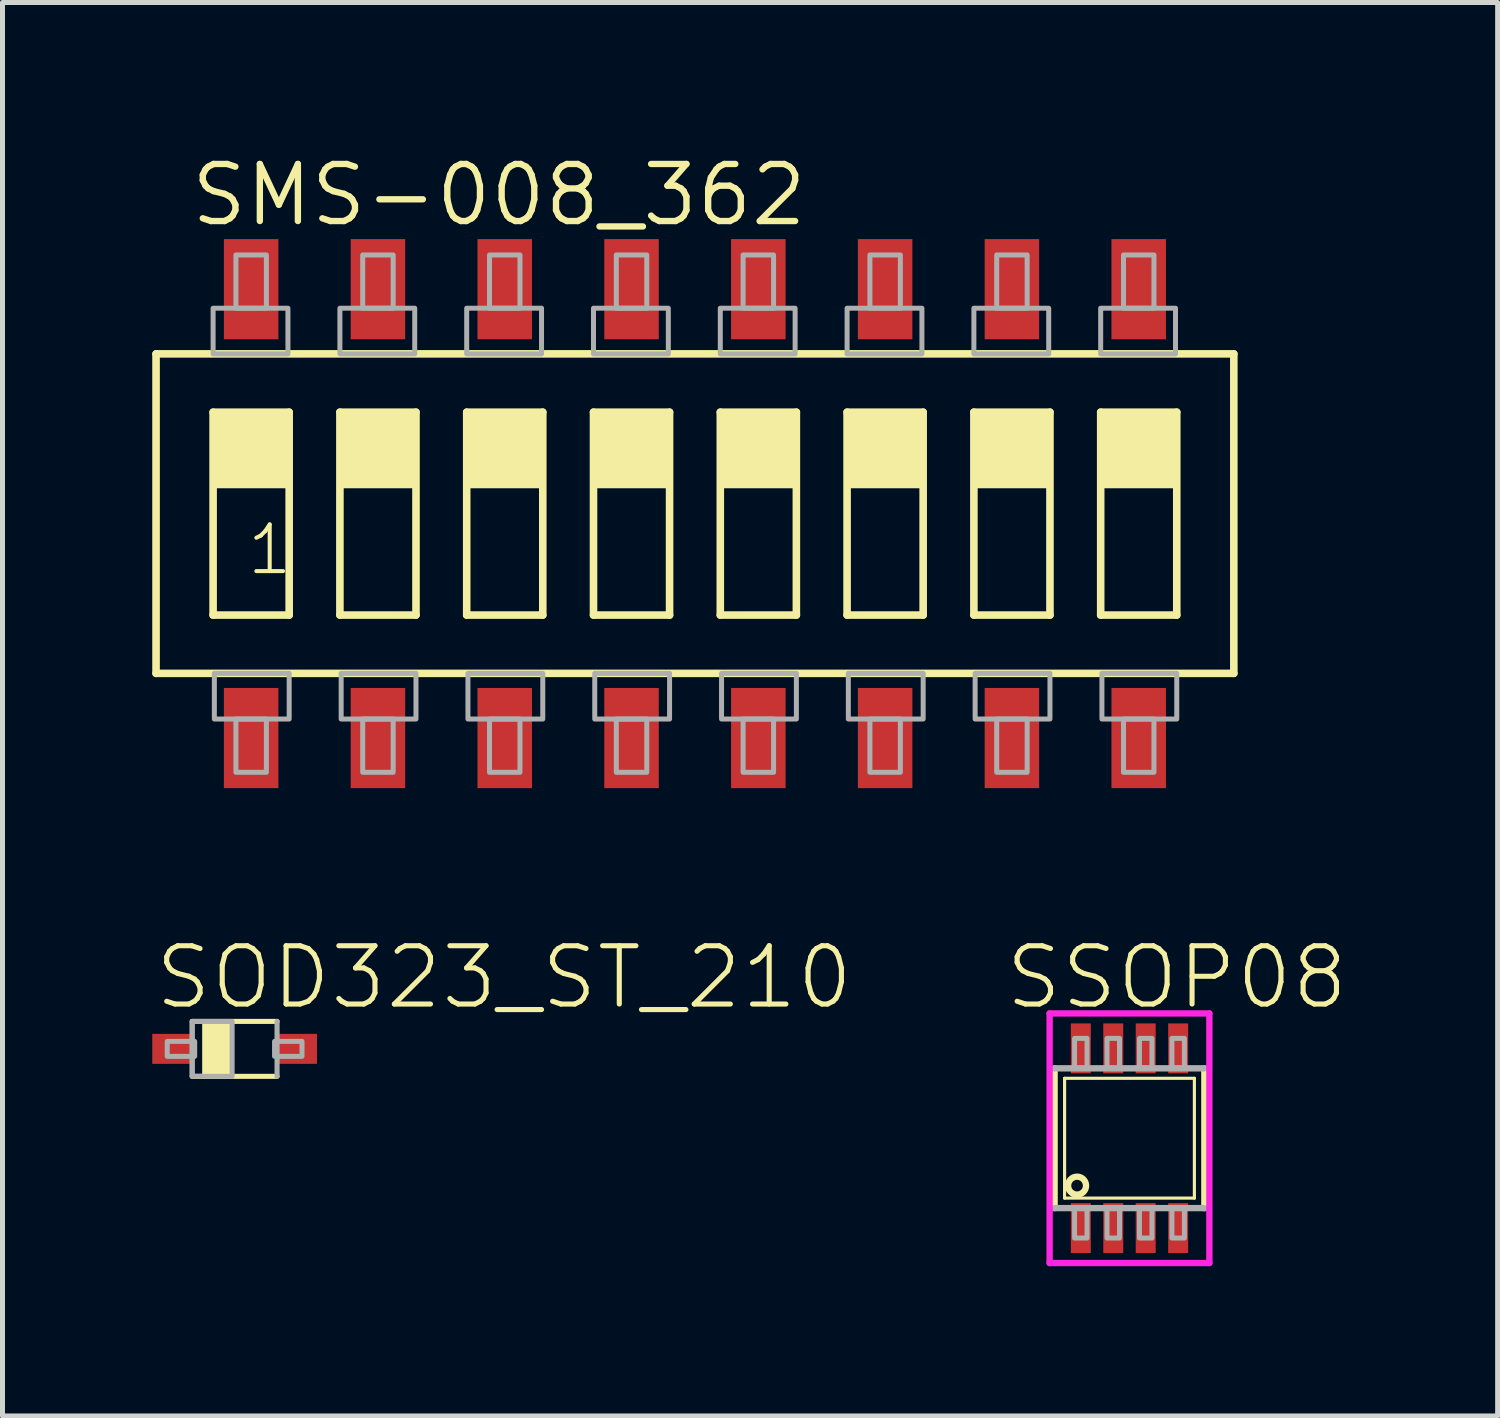
<source format=kicad_pcb>
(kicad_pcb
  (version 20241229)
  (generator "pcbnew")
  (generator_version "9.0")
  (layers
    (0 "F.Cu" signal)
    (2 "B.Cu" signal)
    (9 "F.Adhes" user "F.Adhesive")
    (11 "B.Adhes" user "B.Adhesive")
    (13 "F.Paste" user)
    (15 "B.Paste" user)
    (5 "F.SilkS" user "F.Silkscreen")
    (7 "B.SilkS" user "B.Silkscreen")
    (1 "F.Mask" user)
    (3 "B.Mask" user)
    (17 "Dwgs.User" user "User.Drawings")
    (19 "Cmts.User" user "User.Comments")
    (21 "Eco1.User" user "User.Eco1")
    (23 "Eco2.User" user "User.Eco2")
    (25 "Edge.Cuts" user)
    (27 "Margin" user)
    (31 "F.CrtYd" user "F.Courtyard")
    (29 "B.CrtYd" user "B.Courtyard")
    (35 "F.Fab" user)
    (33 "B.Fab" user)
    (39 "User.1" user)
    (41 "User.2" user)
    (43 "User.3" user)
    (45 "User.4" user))
  (footprint "SOD323_ST_210"
    (layer "F.Cu")
    (at 1.65 17.961)
    (property "Reference" "SOD323_ST_210" (at -1.65 -0.75 0) (unlocked yes) (layer "F.SilkS") (effects (font (size 1.168 1.168) (thickness 0.102)) (justify left bottom)))
    (fp_line (start -0.85 -0.55) (end 0.85 -0.55) (stroke (width 0.102) (type solid)) (layer "F.SilkS"))
    (fp_line (start 0.85 0.55) (end -0.85 0.55) (stroke (width 0.102) (type solid)) (layer "F.SilkS"))
    (fp_poly (pts (xy -0.65 0.55) (xy -0.05 0.55) (xy -0.05 -0.55) (xy -0.65 -0.55)) (stroke (width 0) (type default)) (fill yes) (layer "F.SilkS"))
    (fp_line (start -0.85 0.55) (end -0.85 -0.55) (stroke (width 0.102) (type solid)) (layer "F.Fab"))
    (fp_line (start 0.85 -0.55) (end 0.85 0.55) (stroke (width 0.102) (type solid)) (layer "F.Fab"))
    (fp_poly (pts (xy -1.35 0.15) (xy -0.8 0.15) (xy -0.8 -0.15) (xy -1.35 -0.15)) (stroke (width 0.1) (type default)) (fill no) (layer "F.Fab"))
    (fp_poly (pts (xy -0.85 0.55) (xy -0.05 0.55) (xy -0.05 -0.55) (xy -0.85 -0.55)) (stroke (width 0.1) (type default)) (fill no) (layer "F.Fab"))
    (fp_poly (pts (xy 0.8 0.15) (xy 1.35 0.15) (xy 1.35 -0.15) (xy 0.8 -0.15)) (stroke (width 0.1) (type default)) (fill no) (layer "F.Fab"))
    (pad "A" smd rect (at 1.25 0) (size 0.8 0.6) (layers "F.Cu" "F.Mask" "F.Paste"))
    (pad "C" smd rect (at -1.25 0) (size 0.8 0.6) (layers "F.Cu" "F.Mask" "F.Paste")))
  (footprint "SMS-008_362"
    (layer "F.Cu")
    (at 10.871 7.239)
    (property "Reference" "SMS-008_362" (at -10.16 -5.715 0) (unlocked yes) (layer "F.SilkS") (effects (font (size 1.143 1.143) (thickness 0.127)) (justify left bottom)))
    (fp_line (start -10.795 3.2) (end -10.795 -3.2) (stroke (width 0.152) (type solid)) (layer "F.SilkS"))
    (fp_line (start -10.795 3.2) (end 10.795 3.2) (stroke (width 0.152) (type solid)) (layer "F.SilkS"))
    (fp_line (start -9.652 -2.032) (end -8.128 -2.032) (stroke (width 0.152) (type solid)) (layer "F.SilkS"))
    (fp_line (start -9.652 2.032) (end -9.652 -2.032) (stroke (width 0.152) (type solid)) (layer "F.SilkS"))
    (fp_line (start -8.128 -2.032) (end -8.128 2.032) (stroke (width 0.152) (type solid)) (layer "F.SilkS"))
    (fp_line (start -8.128 2.032) (end -9.652 2.032) (stroke (width 0.152) (type solid)) (layer "F.SilkS"))
    (fp_line (start -7.112 -2.032) (end -5.588 -2.032) (stroke (width 0.152) (type solid)) (layer "F.SilkS"))
    (fp_line (start -7.112 2.032) (end -7.112 -2.032) (stroke (width 0.152) (type solid)) (layer "F.SilkS"))
    (fp_line (start -5.588 -2.032) (end -5.588 2.032) (stroke (width 0.152) (type solid)) (layer "F.SilkS"))
    (fp_line (start -5.588 2.032) (end -7.112 2.032) (stroke (width 0.152) (type solid)) (layer "F.SilkS"))
    (fp_line (start -4.572 -2.032) (end -3.048 -2.032) (stroke (width 0.152) (type solid)) (layer "F.SilkS"))
    (fp_line (start -4.572 2.032) (end -4.572 -2.032) (stroke (width 0.152) (type solid)) (layer "F.SilkS"))
    (fp_line (start -3.048 -2.032) (end -3.048 2.032) (stroke (width 0.152) (type solid)) (layer "F.SilkS"))
    (fp_line (start -3.048 2.032) (end -4.572 2.032) (stroke (width 0.152) (type solid)) (layer "F.SilkS"))
    (fp_line (start -2.032 -2.032) (end -0.508 -2.032) (stroke (width 0.152) (type solid)) (layer "F.SilkS"))
    (fp_line (start -2.032 2.032) (end -2.032 -2.032) (stroke (width 0.152) (type solid)) (layer "F.SilkS"))
    (fp_line (start -0.508 -2.032) (end -0.508 2.032) (stroke (width 0.152) (type solid)) (layer "F.SilkS"))
    (fp_line (start -0.508 2.032) (end -2.032 2.032) (stroke (width 0.152) (type solid)) (layer "F.SilkS"))
    (fp_line (start 0.508 -2.032) (end 2.032 -2.032) (stroke (width 0.152) (type solid)) (layer "F.SilkS"))
    (fp_line (start 0.508 2.032) (end 0.508 -2.032) (stroke (width 0.152) (type solid)) (layer "F.SilkS"))
    (fp_line (start 2.032 -2.032) (end 2.032 2.032) (stroke (width 0.152) (type solid)) (layer "F.SilkS"))
    (fp_line (start 2.032 2.032) (end 0.508 2.032) (stroke (width 0.152) (type solid)) (layer "F.SilkS"))
    (fp_line (start 3.048 -2.032) (end 4.572 -2.032) (stroke (width 0.152) (type solid)) (layer "F.SilkS"))
    (fp_line (start 3.048 2.032) (end 3.048 -2.032) (stroke (width 0.152) (type solid)) (layer "F.SilkS"))
    (fp_line (start 4.572 -2.032) (end 4.572 2.032) (stroke (width 0.152) (type solid)) (layer "F.SilkS"))
    (fp_line (start 4.572 2.032) (end 3.048 2.032) (stroke (width 0.152) (type solid)) (layer "F.SilkS"))
    (fp_line (start 5.588 -2.032) (end 7.112 -2.032) (stroke (width 0.152) (type solid)) (layer "F.SilkS"))
    (fp_line (start 5.588 2.032) (end 5.588 -2.032) (stroke (width 0.152) (type solid)) (layer "F.SilkS"))
    (fp_line (start 7.112 -2.032) (end 7.112 2.032) (stroke (width 0.152) (type solid)) (layer "F.SilkS"))
    (fp_line (start 7.112 2.032) (end 5.588 2.032) (stroke (width 0.152) (type solid)) (layer "F.SilkS"))
    (fp_line (start 8.128 -2.032) (end 9.652 -2.032) (stroke (width 0.152) (type solid)) (layer "F.SilkS"))
    (fp_line (start 8.128 2.032) (end 8.128 -2.032) (stroke (width 0.152) (type solid)) (layer "F.SilkS"))
    (fp_line (start 9.652 -2.032) (end 9.652 2.032) (stroke (width 0.152) (type solid)) (layer "F.SilkS"))
    (fp_line (start 9.652 2.032) (end 8.128 2.032) (stroke (width 0.152) (type solid)) (layer "F.SilkS"))
    (fp_line (start 10.795 -3.2) (end -10.795 -3.2) (stroke (width 0.152) (type solid)) (layer "F.SilkS"))
    (fp_line (start 10.795 -3.2) (end 10.795 3.2) (stroke (width 0.152) (type solid)) (layer "F.SilkS"))
    (fp_poly (pts (xy -9.652 -0.508) (xy -8.128 -0.508) (xy -8.128 -2.032) (xy -9.652 -2.032)) (stroke (width 0) (type default)) (fill yes) (layer "F.SilkS"))
    (fp_poly (pts (xy -7.112 -0.508) (xy -5.588 -0.508) (xy -5.588 -2.032) (xy -7.112 -2.032)) (stroke (width 0) (type default)) (fill yes) (layer "F.SilkS"))
    (fp_poly (pts (xy -4.572 -0.508) (xy -3.048 -0.508) (xy -3.048 -2.032) (xy -4.572 -2.032)) (stroke (width 0) (type default)) (fill yes) (layer "F.SilkS"))
    (fp_poly (pts (xy -2.032 -0.508) (xy -0.508 -0.508) (xy -0.508 -2.032) (xy -2.032 -2.032)) (stroke (width 0) (type default)) (fill yes) (layer "F.SilkS"))
    (fp_poly (pts (xy 0.508 -0.508) (xy 2.032 -0.508) (xy 2.032 -2.032) (xy 0.508 -2.032)) (stroke (width 0) (type default)) (fill yes) (layer "F.SilkS"))
    (fp_poly (pts (xy 3.048 -0.508) (xy 4.572 -0.508) (xy 4.572 -2.032) (xy 3.048 -2.032)) (stroke (width 0) (type default)) (fill yes) (layer "F.SilkS"))
    (fp_poly (pts (xy 5.588 -0.508) (xy 7.112 -0.508) (xy 7.112 -2.032) (xy 5.588 -2.032)) (stroke (width 0) (type default)) (fill yes) (layer "F.SilkS"))
    (fp_poly (pts (xy 8.128 -0.508) (xy 9.652 -0.508) (xy 9.652 -2.032) (xy 8.128 -2.032)) (stroke (width 0) (type default)) (fill yes) (layer "F.SilkS"))
    (fp_poly (pts (xy -9.652 -3.2) (xy -8.153 -3.2) (xy -8.153 -4.115) (xy -9.652 -4.115)) (stroke (width 0.1) (type default)) (fill no) (layer "F.Fab"))
    (fp_poly (pts (xy -9.627 4.115) (xy -8.128 4.115) (xy -8.128 3.2) (xy -9.627 3.2)) (stroke (width 0.1) (type default)) (fill no) (layer "F.Fab"))
    (fp_poly (pts (xy -9.195 -4.115) (xy -8.585 -4.115) (xy -8.585 -5.182) (xy -9.195 -5.182)) (stroke (width 0.1) (type default)) (fill no) (layer "F.Fab"))
    (fp_poly (pts (xy -9.195 5.182) (xy -8.585 5.182) (xy -8.585 4.115) (xy -9.195 4.115)) (stroke (width 0.1) (type default)) (fill no) (layer "F.Fab"))
    (fp_poly (pts (xy -7.112 -3.2) (xy -5.613 -3.2) (xy -5.613 -4.115) (xy -7.112 -4.115)) (stroke (width 0.1) (type default)) (fill no) (layer "F.Fab"))
    (fp_poly (pts (xy -7.087 4.115) (xy -5.588 4.115) (xy -5.588 3.2) (xy -7.087 3.2)) (stroke (width 0.1) (type default)) (fill no) (layer "F.Fab"))
    (fp_poly (pts (xy -6.655 -4.115) (xy -6.045 -4.115) (xy -6.045 -5.182) (xy -6.655 -5.182)) (stroke (width 0.1) (type default)) (fill no) (layer "F.Fab"))
    (fp_poly (pts (xy -6.655 5.182) (xy -6.045 5.182) (xy -6.045 4.115) (xy -6.655 4.115)) (stroke (width 0.1) (type default)) (fill no) (layer "F.Fab"))
    (fp_poly (pts (xy -4.572 -3.2) (xy -3.073 -3.2) (xy -3.073 -4.115) (xy -4.572 -4.115)) (stroke (width 0.1) (type default)) (fill no) (layer "F.Fab"))
    (fp_poly (pts (xy -4.547 4.115) (xy -3.048 4.115) (xy -3.048 3.2) (xy -4.547 3.2)) (stroke (width 0.1) (type default)) (fill no) (layer "F.Fab"))
    (fp_poly (pts (xy -4.115 -4.115) (xy -3.505 -4.115) (xy -3.505 -5.182) (xy -4.115 -5.182)) (stroke (width 0.1) (type default)) (fill no) (layer "F.Fab"))
    (fp_poly (pts (xy -4.115 5.182) (xy -3.505 5.182) (xy -3.505 4.115) (xy -4.115 4.115)) (stroke (width 0.1) (type default)) (fill no) (layer "F.Fab"))
    (fp_poly (pts (xy -2.032 -3.2) (xy -0.533 -3.2) (xy -0.533 -4.115) (xy -2.032 -4.115)) (stroke (width 0.1) (type default)) (fill no) (layer "F.Fab"))
    (fp_poly (pts (xy -2.007 4.115) (xy -0.508 4.115) (xy -0.508 3.2) (xy -2.007 3.2)) (stroke (width 0.1) (type default)) (fill no) (layer "F.Fab"))
    (fp_poly (pts (xy -1.575 -4.115) (xy -0.965 -4.115) (xy -0.965 -5.182) (xy -1.575 -5.182)) (stroke (width 0.1) (type default)) (fill no) (layer "F.Fab"))
    (fp_poly (pts (xy -1.575 5.182) (xy -0.965 5.182) (xy -0.965 4.115) (xy -1.575 4.115)) (stroke (width 0.1) (type default)) (fill no) (layer "F.Fab"))
    (fp_poly (pts (xy 0.508 -3.2) (xy 2.007 -3.2) (xy 2.007 -4.115) (xy 0.508 -4.115)) (stroke (width 0.1) (type default)) (fill no) (layer "F.Fab"))
    (fp_poly (pts (xy 0.533 4.115) (xy 2.032 4.115) (xy 2.032 3.2) (xy 0.533 3.2)) (stroke (width 0.1) (type default)) (fill no) (layer "F.Fab"))
    (fp_poly (pts (xy 0.965 -4.115) (xy 1.575 -4.115) (xy 1.575 -5.182) (xy 0.965 -5.182)) (stroke (width 0.1) (type default)) (fill no) (layer "F.Fab"))
    (fp_poly (pts (xy 0.965 5.182) (xy 1.575 5.182) (xy 1.575 4.115) (xy 0.965 4.115)) (stroke (width 0.1) (type default)) (fill no) (layer "F.Fab"))
    (fp_poly (pts (xy 3.048 -3.2) (xy 4.547 -3.2) (xy 4.547 -4.115) (xy 3.048 -4.115)) (stroke (width 0.1) (type default)) (fill no) (layer "F.Fab"))
    (fp_poly (pts (xy 3.073 4.115) (xy 4.572 4.115) (xy 4.572 3.2) (xy 3.073 3.2)) (stroke (width 0.1) (type default)) (fill no) (layer "F.Fab"))
    (fp_poly (pts (xy 3.505 -4.115) (xy 4.115 -4.115) (xy 4.115 -5.182) (xy 3.505 -5.182)) (stroke (width 0.1) (type default)) (fill no) (layer "F.Fab"))
    (fp_poly (pts (xy 3.505 5.182) (xy 4.115 5.182) (xy 4.115 4.115) (xy 3.505 4.115)) (stroke (width 0.1) (type default)) (fill no) (layer "F.Fab"))
    (fp_poly (pts (xy 5.588 -3.2) (xy 7.087 -3.2) (xy 7.087 -4.115) (xy 5.588 -4.115)) (stroke (width 0.1) (type default)) (fill no) (layer "F.Fab"))
    (fp_poly (pts (xy 5.613 4.115) (xy 7.112 4.115) (xy 7.112 3.2) (xy 5.613 3.2)) (stroke (width 0.1) (type default)) (fill no) (layer "F.Fab"))
    (fp_poly (pts (xy 6.045 -4.115) (xy 6.655 -4.115) (xy 6.655 -5.182) (xy 6.045 -5.182)) (stroke (width 0.1) (type default)) (fill no) (layer "F.Fab"))
    (fp_poly (pts (xy 6.045 5.182) (xy 6.655 5.182) (xy 6.655 4.115) (xy 6.045 4.115)) (stroke (width 0.1) (type default)) (fill no) (layer "F.Fab"))
    (fp_poly (pts (xy 8.128 -3.2) (xy 9.627 -3.2) (xy 9.627 -4.115) (xy 8.128 -4.115)) (stroke (width 0.1) (type default)) (fill no) (layer "F.Fab"))
    (fp_poly (pts (xy 8.153 4.115) (xy 9.652 4.115) (xy 9.652 3.2) (xy 8.153 3.2)) (stroke (width 0.1) (type default)) (fill no) (layer "F.Fab"))
    (fp_poly (pts (xy 8.585 -4.115) (xy 9.195 -4.115) (xy 9.195 -5.182) (xy 8.585 -5.182)) (stroke (width 0.1) (type default)) (fill no) (layer "F.Fab"))
    (fp_poly (pts (xy 8.585 5.182) (xy 9.195 5.182) (xy 9.195 4.115) (xy 8.585 4.115)) (stroke (width 0.1) (type default)) (fill no) (layer "F.Fab"))
    (fp_text user "1" (at -9.017 1.27 0) (unlocked yes) (layer "F.SilkS") (effects (font (size 0.935 0.935) (thickness 0.081)) (justify left bottom)))
    (pad "1" smd rect (at -8.89 4.496) (size 1.092 2.007) (layers "F.Cu" "F.Mask" "F.Paste"))
    (pad "2" smd rect (at -6.35 4.496) (size 1.092 2.007) (layers "F.Cu" "F.Mask" "F.Paste"))
    (pad "3" smd rect (at -3.81 4.496) (size 1.092 2.007) (layers "F.Cu" "F.Mask" "F.Paste"))
    (pad "4" smd rect (at -1.27 4.496) (size 1.092 2.007) (layers "F.Cu" "F.Mask" "F.Paste"))
    (pad "5" smd rect (at 1.27 4.496) (size 1.092 2.007) (layers "F.Cu" "F.Mask" "F.Paste"))
    (pad "6" smd rect (at 3.81 4.496) (size 1.092 2.007) (layers "F.Cu" "F.Mask" "F.Paste"))
    (pad "7" smd rect (at 6.35 4.496) (size 1.092 2.007) (layers "F.Cu" "F.Mask" "F.Paste"))
    (pad "8" smd rect (at 8.89 4.496) (size 1.092 2.007) (layers "F.Cu" "F.Mask" "F.Paste"))
    (pad "9" smd rect (at 8.89 -4.496) (size 1.092 2.007) (layers "F.Cu" "F.Mask" "F.Paste"))
    (pad "10" smd rect (at 6.35 -4.496) (size 1.092 2.007) (layers "F.Cu" "F.Mask" "F.Paste"))
    (pad "11" smd rect (at 3.81 -4.496) (size 1.092 2.007) (layers "F.Cu" "F.Mask" "F.Paste"))
    (pad "12" smd rect (at 1.27 -4.496) (size 1.092 2.007) (layers "F.Cu" "F.Mask" "F.Paste"))
    (pad "13" smd rect (at -1.27 -4.496) (size 1.092 2.007) (layers "F.Cu" "F.Mask" "F.Paste"))
    (pad "14" smd rect (at -3.81 -4.496) (size 1.092 2.007) (layers "F.Cu" "F.Mask" "F.Paste"))
    (pad "15" smd rect (at -6.35 -4.496) (size 1.092 2.007) (layers "F.Cu" "F.Mask" "F.Paste"))
    (pad "16" smd rect (at -8.89 -4.496) (size 1.092 2.007) (layers "F.Cu" "F.Mask" "F.Paste")))
  (footprint "SSOP08"
    (layer "F.Cu")
    (at 19.576 19.751)
    (property "Reference" "SSOP08" (at -2.54 -2.54 0) (unlocked yes) (layer "F.SilkS") (effects (font (size 1.168 1.168) (thickness 0.102)) (justify left bottom)))
    (fp_line (start -1.5 -1.4) (end -1.5 1.4) (stroke (width 0.127) (type solid)) (layer "F.SilkS"))
    (fp_line (start -1.3 -1.2) (end 1.3 -1.2) (stroke (width 0.063) (type solid)) (layer "F.SilkS"))
    (fp_line (start -1.3 1.2) (end -1.3 -1.2) (stroke (width 0.063) (type solid)) (layer "F.SilkS"))
    (fp_line (start 1.3 -1.2) (end 1.3 1.2) (stroke (width 0.063) (type solid)) (layer "F.SilkS"))
    (fp_line (start 1.3 1.2) (end -1.3 1.2) (stroke (width 0.063) (type solid)) (layer "F.SilkS"))
    (fp_line (start 1.5 1.4) (end 1.5 -1.4) (stroke (width 0.127) (type solid)) (layer "F.SilkS"))
    (fp_circle (center -1.05 0.95) (end -0.87 0.95) (stroke (width 0.127) (type solid)) (fill no) (layer "F.SilkS"))
    (fp_line (start -1.6 -2.5) (end 1.6 -2.5) (stroke (width 0.127) (type solid)) (layer "F.CrtYd"))
    (fp_line (start -1.6 2.5) (end -1.6 -2.5) (stroke (width 0.127) (type solid)) (layer "F.CrtYd"))
    (fp_line (start 1.6 -2.5) (end 1.6 2.5) (stroke (width 0.127) (type solid)) (layer "F.CrtYd"))
    (fp_line (start 1.6 2.5) (end -1.6 2.5) (stroke (width 0.127) (type solid)) (layer "F.CrtYd"))
    (fp_line (start -1.5 1.4) (end 1.5 1.4) (stroke (width 0.127) (type solid)) (layer "F.Fab"))
    (fp_line (start 1.5 -1.4) (end -1.5 -1.4) (stroke (width 0.127) (type solid)) (layer "F.Fab"))
    (fp_poly (pts (xy -1.1 -1.4) (xy -0.85 -1.4) (xy -0.85 -2) (xy -1.1 -2)) (stroke (width 0.1) (type default)) (fill no) (layer "F.Fab"))
    (fp_poly (pts (xy -1.1 2) (xy -0.85 2) (xy -0.85 1.4) (xy -1.1 1.4)) (stroke (width 0.1) (type default)) (fill no) (layer "F.Fab"))
    (fp_poly (pts (xy -0.45 -1.4) (xy -0.2 -1.4) (xy -0.2 -2) (xy -0.45 -2)) (stroke (width 0.1) (type default)) (fill no) (layer "F.Fab"))
    (fp_poly (pts (xy -0.45 2) (xy -0.2 2) (xy -0.2 1.4) (xy -0.45 1.4)) (stroke (width 0.1) (type default)) (fill no) (layer "F.Fab"))
    (fp_poly (pts (xy 0.2 -1.4) (xy 0.45 -1.4) (xy 0.45 -2) (xy 0.2 -2)) (stroke (width 0.1) (type default)) (fill no) (layer "F.Fab"))
    (fp_poly (pts (xy 0.2 2) (xy 0.45 2) (xy 0.45 1.4) (xy 0.2 1.4)) (stroke (width 0.1) (type default)) (fill no) (layer "F.Fab"))
    (fp_poly (pts (xy 0.85 -1.4) (xy 1.1 -1.4) (xy 1.1 -2) (xy 0.85 -2)) (stroke (width 0.1) (type default)) (fill no) (layer "F.Fab"))
    (fp_poly (pts (xy 0.85 2) (xy 1.1 2) (xy 1.1 1.4) (xy 0.85 1.4)) (stroke (width 0.1) (type default)) (fill no) (layer "F.Fab"))
    (pad "1" smd rect (at -0.975 1.8) (size 0.4 1) (layers "F.Cu" "F.Mask" "F.Paste"))
    (pad "2" smd rect (at -0.325 1.8) (size 0.4 1) (layers "F.Cu" "F.Mask" "F.Paste"))
    (pad "3" smd rect (at 0.325 1.8) (size 0.4 1) (layers "F.Cu" "F.Mask" "F.Paste"))
    (pad "4" smd rect (at 0.975 1.8) (size 0.4 1) (layers "F.Cu" "F.Mask" "F.Paste"))
    (pad "5" smd rect (at 0.975 -1.8) (size 0.4 1) (layers "F.Cu" "F.Mask" "F.Paste"))
    (pad "6" smd rect (at 0.325 -1.8) (size 0.4 1) (layers "F.Cu" "F.Mask" "F.Paste"))
    (pad "7" smd rect (at -0.325 -1.8) (size 0.4 1) (layers "F.Cu" "F.Mask" "F.Paste"))
    (pad "8" smd rect (at -0.975 -1.8) (size 0.4 1) (layers "F.Cu" "F.Mask" "F.Paste")))
  (gr_rect
    (start -3 -3)
    (end 26.951 25.315)
    (stroke (width 0.1) (type default))
    (fill no)
    (layer "Edge.Cuts")))
</source>
